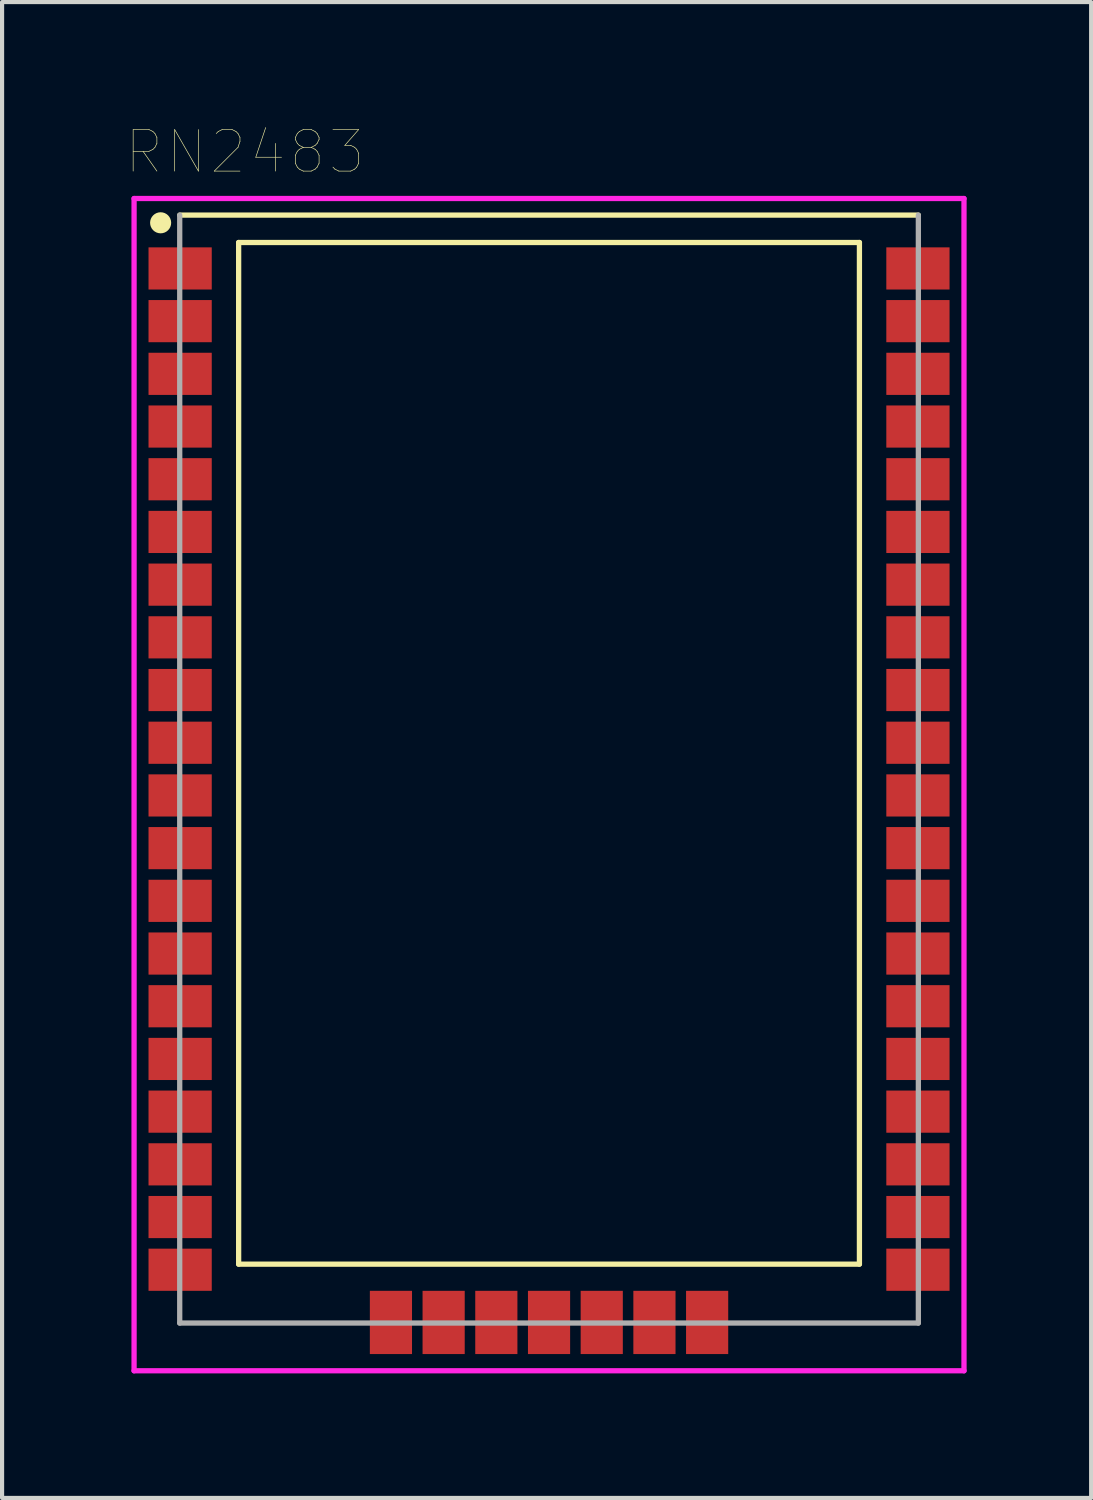
<source format=kicad_pcb>
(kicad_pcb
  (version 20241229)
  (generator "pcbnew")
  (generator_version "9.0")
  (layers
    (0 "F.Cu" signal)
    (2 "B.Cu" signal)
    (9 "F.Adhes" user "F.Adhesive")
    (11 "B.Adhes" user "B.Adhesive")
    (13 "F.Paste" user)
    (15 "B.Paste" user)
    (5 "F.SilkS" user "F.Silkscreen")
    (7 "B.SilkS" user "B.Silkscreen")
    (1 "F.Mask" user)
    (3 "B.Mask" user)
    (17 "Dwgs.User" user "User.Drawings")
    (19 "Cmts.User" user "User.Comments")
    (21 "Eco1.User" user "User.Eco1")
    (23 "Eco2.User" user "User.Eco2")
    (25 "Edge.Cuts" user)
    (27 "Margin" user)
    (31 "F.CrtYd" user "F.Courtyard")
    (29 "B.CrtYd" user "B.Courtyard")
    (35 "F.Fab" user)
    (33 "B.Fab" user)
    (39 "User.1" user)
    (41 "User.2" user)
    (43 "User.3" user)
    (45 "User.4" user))
  (footprint "RN2483"
    (layer "F.Cu")
    (at 10.181 15.484)
    (property "Reference" "RN2483" (at -7.329 -14.873 0) (layer "F.SilkS") (effects (font (size 1.001 1.001) (thickness 0.015))))
    (attr through_hole)
    (fp_line (start -7.48 -12.69) (end -7.48 11.93) (stroke (width 0.127) (type solid)) (layer "F.SilkS"))
    (fp_line (start -7.48 11.93) (end 7.48 11.93) (stroke (width 0.127) (type solid)) (layer "F.SilkS"))
    (fp_line (start 7.48 -12.69) (end -7.48 -12.69) (stroke (width 0.127) (type solid)) (layer "F.SilkS"))
    (fp_line (start 7.48 11.93) (end 7.48 -12.69) (stroke (width 0.127) (type solid)) (layer "F.SilkS"))
    (fp_line (start 8.9 -13.35) (end -8.9 -13.35) (stroke (width 0.127) (type solid)) (layer "F.SilkS"))
    (fp_circle (center -9.36 -13.165) (end -9.106 -13.165) (stroke (width 0) (type solid)) (fill yes) (layer "F.SilkS"))
    (fp_line (start -10 -13.75) (end 10 -13.75) (stroke (width 0.127) (type solid)) (layer "F.CrtYd"))
    (fp_line (start -10 14.5) (end -10 -13.75) (stroke (width 0.127) (type solid)) (layer "F.CrtYd"))
    (fp_line (start 10 -13.75) (end 10 14.5) (stroke (width 0.127) (type solid)) (layer "F.CrtYd"))
    (fp_line (start 10 14.5) (end -10 14.5) (stroke (width 0.127) (type solid)) (layer "F.CrtYd"))
    (fp_line (start -8.9 -13.35) (end -8.9 13.35) (stroke (width 0.127) (type solid)) (layer "F.Fab"))
    (fp_line (start -8.9 13.35) (end 8.9 13.35) (stroke (width 0.127) (type solid)) (layer "F.Fab"))
    (fp_line (start 8.9 13.35) (end 8.9 -13.35) (stroke (width 0.127) (type solid)) (layer "F.Fab"))
    (pad "1" smd rect (at -8.89 -12.065) (size 1.524 1.016) (layers "F.Cu" "F.Mask" "F.Paste"))
    (pad "2" smd rect (at -8.89 -10.795) (size 1.524 1.016) (layers "F.Cu" "F.Mask" "F.Paste"))
    (pad "3" smd rect (at -8.89 -9.525) (size 1.524 1.016) (layers "F.Cu" "F.Mask" "F.Paste"))
    (pad "4" smd rect (at -8.89 -8.255) (size 1.524 1.016) (layers "F.Cu" "F.Mask" "F.Paste"))
    (pad "5" smd rect (at -8.89 -6.985) (size 1.524 1.016) (layers "F.Cu" "F.Mask" "F.Paste"))
    (pad "6" smd rect (at -8.89 -5.715) (size 1.524 1.016) (layers "F.Cu" "F.Mask" "F.Paste"))
    (pad "7" smd rect (at -8.89 -4.445) (size 1.524 1.016) (layers "F.Cu" "F.Mask" "F.Paste"))
    (pad "8" smd rect (at -8.89 -3.175) (size 1.524 1.016) (layers "F.Cu" "F.Mask" "F.Paste"))
    (pad "9" smd rect (at -8.89 -1.905) (size 1.524 1.016) (layers "F.Cu" "F.Mask" "F.Paste"))
    (pad "10" smd rect (at -8.89 -0.635) (size 1.524 1.016) (layers "F.Cu" "F.Mask" "F.Paste"))
    (pad "11" smd rect (at -8.89 0.635) (size 1.524 1.016) (layers "F.Cu" "F.Mask" "F.Paste"))
    (pad "12" smd rect (at -8.89 1.905) (size 1.524 1.016) (layers "F.Cu" "F.Mask" "F.Paste"))
    (pad "13" smd rect (at -8.89 3.175) (size 1.524 1.016) (layers "F.Cu" "F.Mask" "F.Paste"))
    (pad "14" smd rect (at -8.89 4.445) (size 1.524 1.016) (layers "F.Cu" "F.Mask" "F.Paste"))
    (pad "15" smd rect (at -8.89 5.715) (size 1.524 1.016) (layers "F.Cu" "F.Mask" "F.Paste"))
    (pad "16" smd rect (at -8.89 6.985) (size 1.524 1.016) (layers "F.Cu" "F.Mask" "F.Paste"))
    (pad "17" smd rect (at -8.89 8.255) (size 1.524 1.016) (layers "F.Cu" "F.Mask" "F.Paste"))
    (pad "18" smd rect (at -8.89 9.525) (size 1.524 1.016) (layers "F.Cu" "F.Mask" "F.Paste"))
    (pad "19" smd rect (at -8.89 10.795) (size 1.524 1.016) (layers "F.Cu" "F.Mask" "F.Paste"))
    (pad "20" smd rect (at -8.89 12.065) (size 1.524 1.016) (layers "F.Cu" "F.Mask" "F.Paste"))
    (pad "21" smd rect (at -3.81 13.335) (size 1.016 1.524) (layers "F.Cu" "F.Mask" "F.Paste"))
    (pad "22" smd rect (at -2.54 13.335) (size 1.016 1.524) (layers "F.Cu" "F.Mask" "F.Paste"))
    (pad "23" smd rect (at -1.27 13.335) (size 1.016 1.524) (layers "F.Cu" "F.Mask" "F.Paste"))
    (pad "24" smd rect (at 0 13.335) (size 1.016 1.524) (layers "F.Cu" "F.Mask" "F.Paste"))
    (pad "25" smd rect (at 1.27 13.335) (size 1.016 1.524) (layers "F.Cu" "F.Mask" "F.Paste"))
    (pad "26" smd rect (at 2.54 13.335) (size 1.016 1.524) (layers "F.Cu" "F.Mask" "F.Paste"))
    (pad "27" smd rect (at 3.81 13.335) (size 1.016 1.524) (layers "F.Cu" "F.Mask" "F.Paste"))
    (pad "28" smd rect (at 8.89 12.065) (size 1.524 1.016) (layers "F.Cu" "F.Mask" "F.Paste"))
    (pad "29" smd rect (at 8.89 10.795) (size 1.524 1.016) (layers "F.Cu" "F.Mask" "F.Paste"))
    (pad "30" smd rect (at 8.89 9.525) (size 1.524 1.016) (layers "F.Cu" "F.Mask" "F.Paste"))
    (pad "31" smd rect (at 8.89 8.255) (size 1.524 1.016) (layers "F.Cu" "F.Mask" "F.Paste"))
    (pad "32" smd rect (at 8.89 6.985) (size 1.524 1.016) (layers "F.Cu" "F.Mask" "F.Paste"))
    (pad "33" smd rect (at 8.89 5.715) (size 1.524 1.016) (layers "F.Cu" "F.Mask" "F.Paste"))
    (pad "34" smd rect (at 8.89 4.445) (size 1.524 1.016) (layers "F.Cu" "F.Mask" "F.Paste"))
    (pad "35" smd rect (at 8.89 3.175) (size 1.524 1.016) (layers "F.Cu" "F.Mask" "F.Paste"))
    (pad "36" smd rect (at 8.89 1.905) (size 1.524 1.016) (layers "F.Cu" "F.Mask" "F.Paste"))
    (pad "37" smd rect (at 8.89 0.635) (size 1.524 1.016) (layers "F.Cu" "F.Mask" "F.Paste"))
    (pad "38" smd rect (at 8.89 -0.635) (size 1.524 1.016) (layers "F.Cu" "F.Mask" "F.Paste"))
    (pad "39" smd rect (at 8.89 -1.905) (size 1.524 1.016) (layers "F.Cu" "F.Mask" "F.Paste"))
    (pad "40" smd rect (at 8.89 -3.175) (size 1.524 1.016) (layers "F.Cu" "F.Mask" "F.Paste"))
    (pad "41" smd rect (at 8.89 -4.445) (size 1.524 1.016) (layers "F.Cu" "F.Mask" "F.Paste"))
    (pad "42" smd rect (at 8.89 -5.715) (size 1.524 1.016) (layers "F.Cu" "F.Mask" "F.Paste"))
    (pad "43" smd rect (at 8.89 -6.985) (size 1.524 1.016) (layers "F.Cu" "F.Mask" "F.Paste"))
    (pad "44" smd rect (at 8.89 -8.255) (size 1.524 1.016) (layers "F.Cu" "F.Mask" "F.Paste"))
    (pad "45" smd rect (at 8.89 -9.525) (size 1.524 1.016) (layers "F.Cu" "F.Mask" "F.Paste"))
    (pad "46" smd rect (at 8.89 -10.795) (size 1.524 1.016) (layers "F.Cu" "F.Mask" "F.Paste"))
    (pad "47" smd rect (at 8.89 -12.065) (size 1.524 1.016) (layers "F.Cu" "F.Mask" "F.Paste")))
  (gr_rect
    (start -3 -3)
    (end 23.245 33.048)
    (stroke (width 0.1) (type default))
    (fill no)
    (layer "Edge.Cuts")))
</source>
